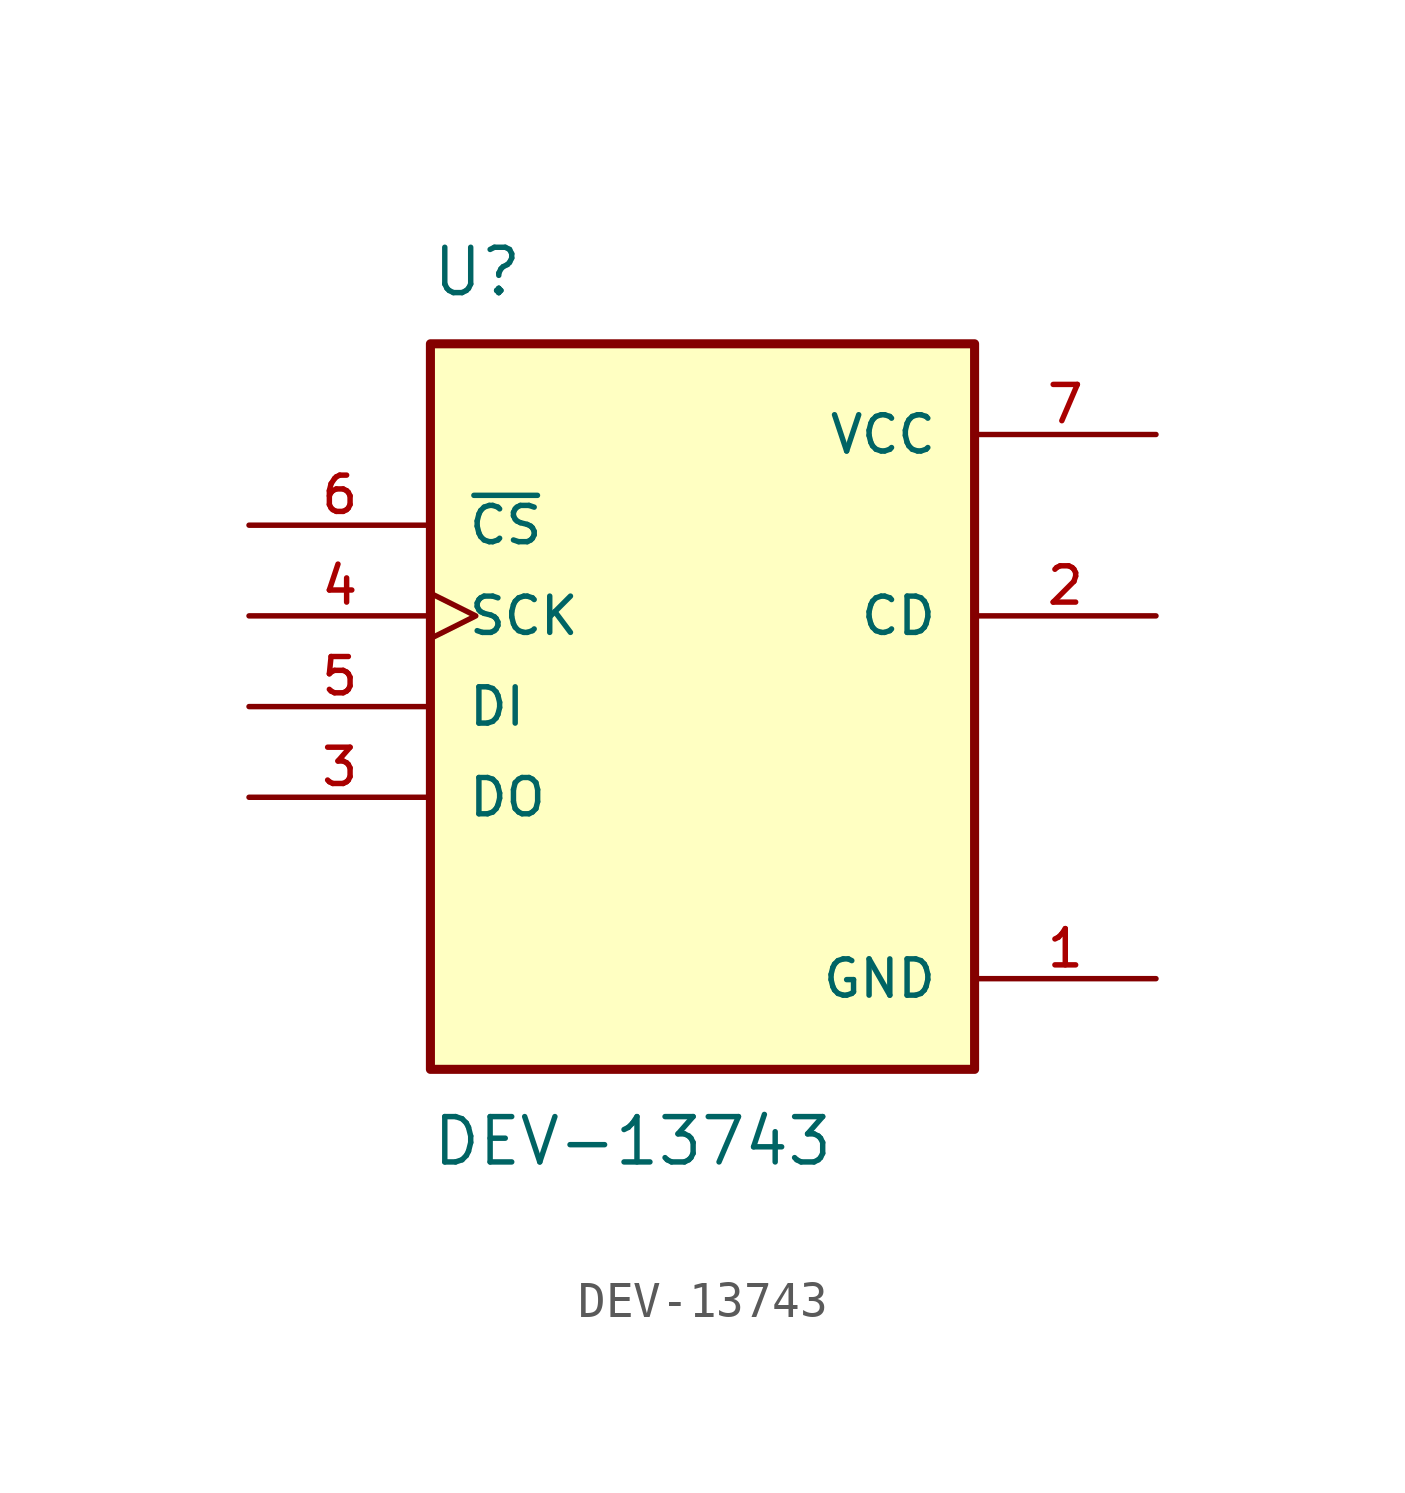
<source format=kicad_sym>
(kicad_symbol_lib
  (version 20211014)
  (generator kicad_symbol_editor)
  (symbol "DEV-13743"
    (pin_names
      (offset 1.016))
    (property "Reference" "U"
      (at -7.62 11.43 0)
      (effects (font (size 1.27 1.27)) (justify bottom left)))
    (property "Value" "DEV-13743"
      (at -7.62 -11.43 0)
      (effects (font (size 1.27 1.27)) (justify top left)))
    (symbol "DEV-13743_0_0"
      (rectangle (start -7.62 -10.16) (end 7.62 10.16) (stroke (width 0.254)) (fill (type background)))
      (pin power_in line (at 12.7 7.62 180.0) (length 5.08) (name "VCC" (effects (font (size 1.016 1.016)))) (number "7" (effects (font (size 1.016 1.016)))))
      (pin input line (at -12.7 5.08 0) (length 5.08) (name "~{CS}" (effects (font (size 1.016 1.016)))) (number "6" (effects (font (size 1.016 1.016)))))
      (pin input line (at -12.7 0.0 0) (length 5.08) (name "DI" (effects (font (size 1.016 1.016)))) (number "5" (effects (font (size 1.016 1.016)))))
      (pin input clock (at -12.7 2.54 0) (length 5.08) (name "SCK" (effects (font (size 1.016 1.016)))) (number "4" (effects (font (size 1.016 1.016)))))
      (pin output line (at -12.7 -2.54 0) (length 5.08) (name "DO" (effects (font (size 1.016 1.016)))) (number "3" (effects (font (size 1.016 1.016)))))
      (pin input line (at 12.7 2.54 180.0) (length 5.08) (name "CD" (effects (font (size 1.016 1.016)))) (number "2" (effects (font (size 1.016 1.016)))))
      (pin power_in line (at 12.7 -7.62 180.0) (length 5.08) (name "GND" (effects (font (size 1.016 1.016)))) (number "1" (effects (font (size 1.016 1.016))))))))
</source>
